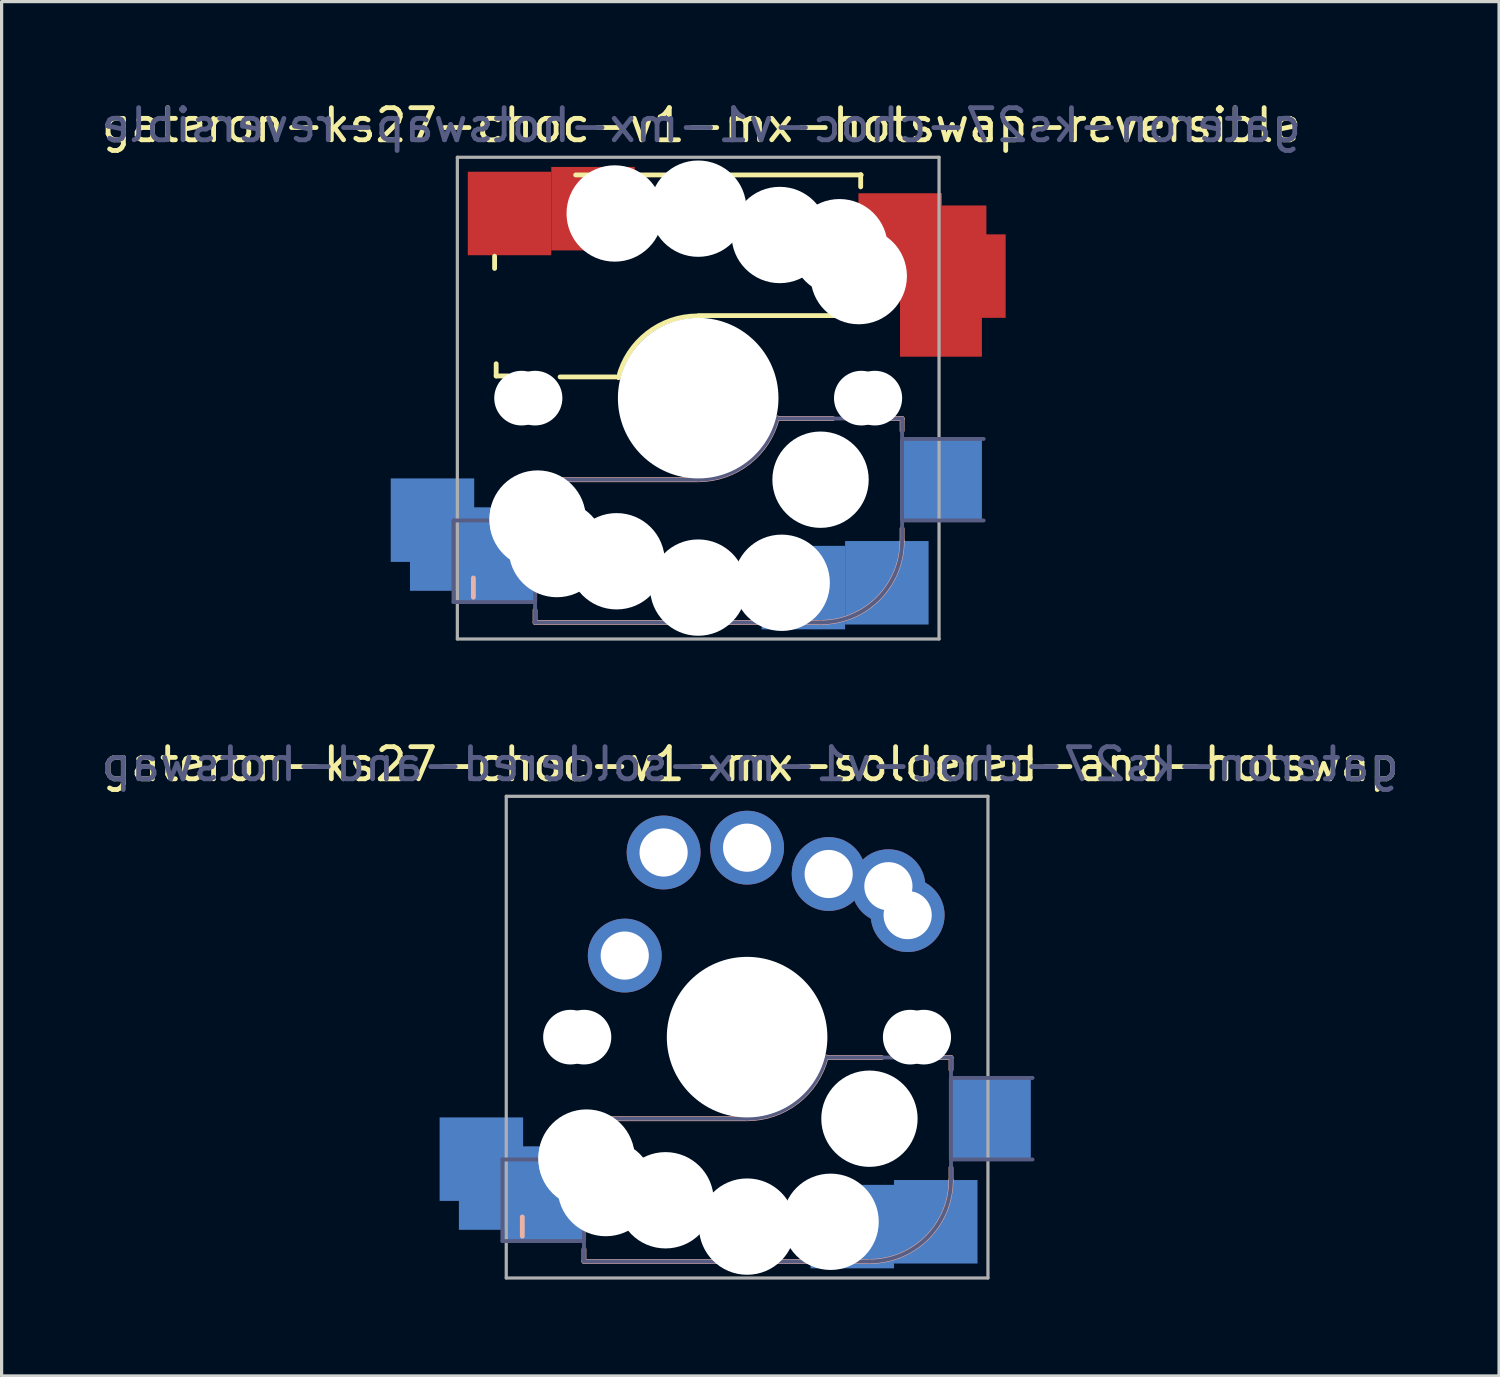
<source format=kicad_pcb>
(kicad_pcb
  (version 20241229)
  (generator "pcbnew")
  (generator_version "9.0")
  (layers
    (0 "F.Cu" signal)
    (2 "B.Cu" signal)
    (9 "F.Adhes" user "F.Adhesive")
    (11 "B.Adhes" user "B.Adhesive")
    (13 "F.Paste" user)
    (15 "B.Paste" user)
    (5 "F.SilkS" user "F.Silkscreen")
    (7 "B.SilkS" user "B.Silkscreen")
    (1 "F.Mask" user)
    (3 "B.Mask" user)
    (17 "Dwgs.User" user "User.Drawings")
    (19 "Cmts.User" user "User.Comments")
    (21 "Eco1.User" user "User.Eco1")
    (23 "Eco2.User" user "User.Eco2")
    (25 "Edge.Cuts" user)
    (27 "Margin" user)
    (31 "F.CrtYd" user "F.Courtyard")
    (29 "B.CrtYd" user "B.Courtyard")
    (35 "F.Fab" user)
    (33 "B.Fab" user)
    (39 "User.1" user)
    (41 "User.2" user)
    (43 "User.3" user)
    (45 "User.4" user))
  (footprint "gateron-ks27-choc-v1-mx-soldered-and-hotswap"
    (layer "F.Cu")
    (at 20.215 29.247)
    (property "Reference" "gateron-ks27-choc-v1-mx-soldered-and-hotswap" (at 0.1 -8.5 0) (unlocked yes) (layer "F.SilkS") (effects (font (size 1 1) (thickness 0.15))))
    (attr through_hole)
    (fp_line (start -7 5.6) (end -7 6.2) (stroke (width 0.15) (type solid)) (layer "B.SilkS"))
    (fp_line (start -5.08 2.54) (end 0 2.54) (stroke (width 0.15) (type solid)) (layer "B.SilkS"))
    (fp_line (start -5.08 3.556) (end -5.08 2.54) (stroke (width 0.15) (type solid)) (layer "B.SilkS"))
    (fp_line (start -5.08 6.985) (end -5.08 6.604) (stroke (width 0.15) (type solid)) (layer "B.SilkS"))
    (fp_line (start 2.464 0.635) (end 4.191 0.635) (stroke (width 0.15) (type solid)) (layer "B.SilkS"))
    (fp_line (start 3.81 6.985) (end -5.08 6.985) (stroke (width 0.15) (type solid)) (layer "B.SilkS"))
    (fp_line (start 5.969 0.635) (end 6.35 0.635) (stroke (width 0.15) (type solid)) (layer "B.SilkS"))
    (fp_line (start 6.35 1.016) (end 6.35 0.635) (stroke (width 0.15) (type solid)) (layer "B.SilkS"))
    (fp_line (start 6.35 4.445) (end 6.35 4.064) (stroke (width 0.15) (type solid)) (layer "B.SilkS"))
    (fp_arc (start 2.464162 0.61604) (mid 1.563147 2.002042) (end 0 2.54) (stroke (width 0.15) (type solid)) (layer "B.SilkS"))
    (fp_arc (start 6.35 4.445) (mid 5.606051 6.241051) (end 3.81 6.985) (stroke (width 0.15) (type solid)) (layer "B.SilkS"))
    (fp_line (start -7 -7) (end -7 7) (stroke (width 0.12) (type solid)) (layer "Eco2.User"))
    (fp_line (start -7 7) (end 7 7) (stroke (width 0.12) (type solid)) (layer "Eco2.User"))
    (fp_line (start 7 -7) (end -7 -7) (stroke (width 0.12) (type solid)) (layer "Eco2.User"))
    (fp_line (start 7 7) (end 7 -7) (stroke (width 0.12) (type solid)) (layer "Eco2.User"))
    (fp_line (start -7.62 3.81) (end -5.08 3.81) (stroke (width 0.12) (type solid)) (layer "B.Fab"))
    (fp_line (start -7.62 6.35) (end -7.62 3.81) (stroke (width 0.12) (type solid)) (layer "B.Fab"))
    (fp_line (start -5.08 2.54) (end 0 2.54) (stroke (width 0.12) (type solid)) (layer "B.Fab"))
    (fp_line (start -5.08 6.35) (end -7.62 6.35) (stroke (width 0.12) (type solid)) (layer "B.Fab"))
    (fp_line (start -5.08 6.985) (end -5.08 2.54) (stroke (width 0.12) (type solid)) (layer "B.Fab"))
    (fp_line (start 3.81 6.985) (end -5.08 6.985) (stroke (width 0.12) (type solid)) (layer "B.Fab"))
    (fp_line (start 6.35 0.635) (end 2.54 0.635) (stroke (width 0.12) (type solid)) (layer "B.Fab"))
    (fp_line (start 6.35 0.635) (end 6.35 4.445) (stroke (width 0.12) (type solid)) (layer "B.Fab"))
    (fp_line (start 6.35 1.27) (end 8.89 1.27) (stroke (width 0.12) (type solid)) (layer "B.Fab"))
    (fp_line (start 8.89 3.81) (end 6.35 3.81) (stroke (width 0.12) (type solid)) (layer "B.Fab"))
    (fp_arc (start 2.464162 0.61604) (mid 1.563147 2.002042) (end 0 2.54) (stroke (width 0.12) (type solid)) (layer "B.Fab"))
    (fp_arc (start 6.35 4.445) (mid 5.606051 6.241051) (end 3.81 6.985) (stroke (width 0.12) (type solid)) (layer "B.Fab"))
    (fp_line (start -7.5 -7.5) (end -7.5 7.5) (stroke (width 0.1) (type solid)) (layer "F.Fab"))
    (fp_line (start -7.5 7.5) (end 7.5 7.5) (stroke (width 0.1) (type solid)) (layer "F.Fab"))
    (fp_line (start 7.5 -7.5) (end -7.5 -7.5) (stroke (width 0.1) (type solid)) (layer "F.Fab"))
    (fp_line (start 7.5 7.5) (end 7.5 -7.5) (stroke (width 0.1) (type solid)) (layer "F.Fab"))
    (fp_text user "${REFERENCE}" (at 0.1 -8.5 0) (layer "B.Fab") (effects (font (size 1 1) (thickness 0.15)) (justify mirror)))
    (pad "" np_thru_hole circle (at -5.5 0) (size 1.702 1.702) (drill 1.702) (layers "*.Cu" "*.Mask"))
    (pad "" np_thru_hole circle (at -5.08 0 180) (size 1.702 1.702) (drill 1.702) (layers "*.Cu" "*.Mask"))
    (pad "" np_thru_hole circle (at -5 3.75) (size 3 3) (drill 3) (layers "*.Cu" "*.Mask"))
    (pad "" np_thru_hole circle (at -5 3.8) (size 3 3) (drill 3) (layers "*.Cu" "*.Mask"))
    (pad "" np_thru_hole circle (at -4.4 4.7) (size 3 3) (drill 3) (layers "*.Cu" "*.Mask"))
    (pad "" np_thru_hole circle (at -2.54 5.08 180) (size 3 3) (drill 3) (layers "*.Cu" "*.Mask"))
    (pad "" np_thru_hole circle (at 0 0 180) (size 3.988 3.988) (drill 3.988) (layers "*.Cu" "*.Mask"))
    (pad "" np_thru_hole circle (at 0 0) (size 5 5) (drill 5) (layers "*.Cu" "*.Mask"))
    (pad "" np_thru_hole circle (at 0 5.9) (size 3 3) (drill 3) (layers "*.Cu" "*.Mask"))
    (pad "" np_thru_hole circle (at 2.6 5.75) (size 3 3) (drill 3) (layers "*.Cu" "*.Mask"))
    (pad "" np_thru_hole circle (at 3.81 2.54 180) (size 3 3) (drill 3) (layers "*.Cu" "*.Mask"))
    (pad "" np_thru_hole circle (at 5.08 0 180) (size 1.702 1.702) (drill 1.702) (layers "*.Cu" "*.Mask"))
    (pad "" np_thru_hole circle (at 5.5 0) (size 1.702 1.702) (drill 1.702) (layers "*.Cu" "*.Mask"))
    (pad "1" smd rect (at -8.275 3.8) (size 2.6 2.6) (layers "B.Cu" "B.Mask" "B.Paste"))
    (pad "1" smd rect (at -7.675 4.7) (size 2.6 2.6) (layers "B.Cu" "B.Mask" "B.Paste"))
    (pad "1" smd rect (at -6.29 5.08 180) (size 2.55 2.5) (layers "B.Cu" "B.Mask" "B.Paste"))
    (pad "1" thru_hole circle (at 2.54 -5.08 180) (size 2.3 2.3) (drill 1.5) (layers "*.Cu" "*.Mask"))
    (pad "1" thru_hole circle (at 4.4 -4.7 180) (size 2.3 2.3) (drill 1.5) (layers "*.Cu" "*.Mask"))
    (pad "1" thru_hole circle (at 5 -3.8 180) (size 2.3 2.3) (drill 1.5) (layers "*.Cu" "*.Mask"))
    (pad "2" thru_hole circle (at -3.81 -2.54 180) (size 2.3 2.3) (drill 1.5) (layers "*.Cu" "*.Mask"))
    (pad "2" thru_hole circle (at -2.6 -5.75 180) (size 2.3 2.3) (drill 1.5) (layers "*.Cu" "*.Mask"))
    (pad "2" thru_hole circle (at 0 -5.9 180) (size 2.3 2.3) (drill 1.5) (layers "*.Cu" "*.Mask"))
    (pad "2" smd rect (at 3.275 5.9) (size 2.6 2.6) (layers "B.Cu" "B.Mask" "B.Paste"))
    (pad "2" smd rect (at 5.875 5.75) (size 2.6 2.6) (layers "B.Cu" "B.Mask" "B.Paste"))
    (pad "2" smd rect (at 7.56 2.54 180) (size 2.55 2.5) (layers "B.Cu" "B.Mask" "B.Paste")))
  (footprint "gateron-ks27-choc-v1-mx-hotswap-reversible"
    (layer "F.Cu")
    (at 18.692 9.348)
    (property "Reference" "gateron-ks27-choc-v1-mx-hotswap-reversible" (at 0.1 -8.5 0) (unlocked yes) (layer "F.SilkS") (effects (font (size 1 1) (thickness 0.15))))
    (attr through_hole)
    (fp_line (start -6.34 -4.039) (end -6.34 -4.42) (stroke (width 0.15) (type solid)) (layer "F.SilkS"))
    (fp_line (start -6.291 -1.071) (end -6.291 -0.69) (stroke (width 0.15) (type solid)) (layer "F.SilkS"))
    (fp_line (start -5.91 -0.69) (end -6.291 -0.69) (stroke (width 0.15) (type solid)) (layer "F.SilkS"))
    (fp_line (start -4.3 -0.66) (end -2.573 -0.66) (stroke (width 0.15) (type solid)) (layer "F.SilkS"))
    (fp_line (start 0.02 -2.57) (end 5.1 -2.57) (stroke (width 0.15) (type solid)) (layer "F.SilkS"))
    (fp_line (start 5.06 -6.579) (end 5.06 -6.96) (stroke (width 0.15) (type solid)) (layer "F.SilkS"))
    (fp_line (start 5.075 -6.95) (end -3.815 -6.95) (stroke (width 0.15) (type solid)) (layer "F.SilkS"))
    (fp_arc (start -2.484162 -0.63604) (mid -1.583147 -2.022042) (end -0.02 -2.56) (stroke (width 0.15) (type solid)) (layer "F.SilkS"))
    (fp_line (start -7 5.6) (end -7 6.2) (stroke (width 0.15) (type solid)) (layer "B.SilkS"))
    (fp_line (start -5.08 2.54) (end 0 2.54) (stroke (width 0.15) (type solid)) (layer "B.SilkS"))
    (fp_line (start -5.08 3.556) (end -5.08 2.54) (stroke (width 0.15) (type solid)) (layer "B.SilkS"))
    (fp_line (start -5.08 6.985) (end -5.08 6.604) (stroke (width 0.15) (type solid)) (layer "B.SilkS"))
    (fp_line (start 2.464 0.635) (end 4.191 0.635) (stroke (width 0.15) (type solid)) (layer "B.SilkS"))
    (fp_line (start 3.81 6.985) (end -5.08 6.985) (stroke (width 0.15) (type solid)) (layer "B.SilkS"))
    (fp_line (start 5.969 0.635) (end 6.35 0.635) (stroke (width 0.15) (type solid)) (layer "B.SilkS"))
    (fp_line (start 6.35 1.016) (end 6.35 0.635) (stroke (width 0.15) (type solid)) (layer "B.SilkS"))
    (fp_line (start 6.35 4.445) (end 6.35 4.064) (stroke (width 0.15) (type solid)) (layer "B.SilkS"))
    (fp_arc (start 2.464162 0.61604) (mid 1.563147 2.002042) (end 0 2.54) (stroke (width 0.15) (type solid)) (layer "B.SilkS"))
    (fp_arc (start 6.35 4.445) (mid 5.606051 6.241051) (end 3.81 6.985) (stroke (width 0.15) (type solid)) (layer "B.SilkS"))
    (fp_line (start -7 -7) (end -7 7) (stroke (width 0.12) (type solid)) (layer "Eco2.User"))
    (fp_line (start -7 7) (end 7 7) (stroke (width 0.12) (type solid)) (layer "Eco2.User"))
    (fp_line (start 7 -7) (end -7 -7) (stroke (width 0.12) (type solid)) (layer "Eco2.User"))
    (fp_line (start 7 7) (end 7 -7) (stroke (width 0.12) (type solid)) (layer "Eco2.User"))
    (fp_line (start -7.62 3.81) (end -5.08 3.81) (stroke (width 0.12) (type solid)) (layer "B.Fab"))
    (fp_line (start -7.62 6.35) (end -7.62 3.81) (stroke (width 0.12) (type solid)) (layer "B.Fab"))
    (fp_line (start -5.08 2.54) (end 0 2.54) (stroke (width 0.12) (type solid)) (layer "B.Fab"))
    (fp_line (start -5.08 6.35) (end -7.62 6.35) (stroke (width 0.12) (type solid)) (layer "B.Fab"))
    (fp_line (start -5.08 6.985) (end -5.08 2.54) (stroke (width 0.12) (type solid)) (layer "B.Fab"))
    (fp_line (start 3.81 6.985) (end -5.08 6.985) (stroke (width 0.12) (type solid)) (layer "B.Fab"))
    (fp_line (start 6.35 0.635) (end 2.54 0.635) (stroke (width 0.12) (type solid)) (layer "B.Fab"))
    (fp_line (start 6.35 0.635) (end 6.35 4.445) (stroke (width 0.12) (type solid)) (layer "B.Fab"))
    (fp_line (start 6.35 1.27) (end 8.89 1.27) (stroke (width 0.12) (type solid)) (layer "B.Fab"))
    (fp_line (start 8.89 3.81) (end 6.35 3.81) (stroke (width 0.12) (type solid)) (layer "B.Fab"))
    (fp_arc (start 2.464162 0.61604) (mid 1.563147 2.002042) (end 0 2.54) (stroke (width 0.12) (type solid)) (layer "B.Fab"))
    (fp_arc (start 6.35 4.445) (mid 5.606051 6.241051) (end 3.81 6.985) (stroke (width 0.12) (type solid)) (layer "B.Fab"))
    (fp_line (start -7.5 -7.5) (end -7.5 7.5) (stroke (width 0.1) (type solid)) (layer "F.Fab"))
    (fp_line (start -7.5 7.5) (end 7.5 7.5) (stroke (width 0.1) (type solid)) (layer "F.Fab"))
    (fp_line (start 7.5 -7.5) (end -7.5 -7.5) (stroke (width 0.1) (type solid)) (layer "F.Fab"))
    (fp_line (start 7.5 7.5) (end 7.5 -7.5) (stroke (width 0.1) (type solid)) (layer "F.Fab"))
    (fp_text user "${REFERENCE}" (at 0.1 -8.5 0) (layer "B.Fab") (effects (font (size 1 1) (thickness 0.15)) (justify mirror)))
    (pad "" np_thru_hole circle (at -5.5 0) (size 1.702 1.702) (drill 1.702) (layers "*.Cu" "*.Mask"))
    (pad "" np_thru_hole circle (at -5.08 0 180) (size 1.702 1.702) (drill 1.702) (layers "*.Cu" "*.Mask"))
    (pad "" np_thru_hole circle (at -5 3.75) (size 3 3) (drill 3) (layers "*.Cu" "*.Mask"))
    (pad "" np_thru_hole circle (at -5 3.8) (size 3 3) (drill 3) (layers "*.Cu" "*.Mask"))
    (pad "" np_thru_hole circle (at -4.4 4.7) (size 3 3) (drill 3) (layers "*.Cu" "*.Mask"))
    (pad "" np_thru_hole circle (at -2.6 -5.75) (size 3 3) (drill 3) (layers "*.Cu" "*.Mask"))
    (pad "" np_thru_hole circle (at -2.54 5.08 180) (size 3 3) (drill 3) (layers "*.Cu" "*.Mask"))
    (pad "" np_thru_hole circle (at 0 -5.9) (size 3 3) (drill 3) (layers "*.Cu" "*.Mask"))
    (pad "" np_thru_hole circle (at 0 0 180) (size 3.988 3.988) (drill 3.988) (layers "*.Cu" "*.Mask"))
    (pad "" np_thru_hole circle (at 0 0) (size 5 5) (drill 5) (layers "*.Cu" "*.Mask"))
    (pad "" np_thru_hole circle (at 0 5.9) (size 3 3) (drill 3) (layers "*.Cu" "*.Mask"))
    (pad "" np_thru_hole circle (at 2.54 -5.08 180) (size 3 3) (drill 3) (layers "*.Cu" "*.Mask"))
    (pad "" np_thru_hole circle (at 2.6 5.75) (size 3 3) (drill 3) (layers "*.Cu" "*.Mask"))
    (pad "" np_thru_hole circle (at 3.81 2.54 180) (size 3 3) (drill 3) (layers "*.Cu" "*.Mask"))
    (pad "" np_thru_hole circle (at 4.4 -4.7) (size 3 3) (drill 3) (layers "*.Cu" "*.Mask"))
    (pad "" np_thru_hole circle (at 5 -3.8) (size 3 3) (drill 3) (layers "*.Cu" "*.Mask"))
    (pad "" np_thru_hole circle (at 5.08 0 180) (size 1.702 1.702) (drill 1.702) (layers "*.Cu" "*.Mask"))
    (pad "" np_thru_hole circle (at 5.22 -4.2) (size 0.991 0.991) (drill 0.991) (layers "*.Cu" "*.Mask"))
    (pad "" np_thru_hole circle (at 5.5 0) (size 1.702 1.702) (drill 1.702) (layers "*.Cu" "*.Mask"))
    (pad "1" smd rect (at -8.275 3.8) (size 2.6 2.6) (layers "B.Cu" "B.Mask" "B.Paste"))
    (pad "1" smd rect (at -7.675 4.7) (size 2.6 2.6) (layers "B.Cu" "B.Mask" "B.Paste"))
    (pad "1" smd rect (at -6.29 5.08 180) (size 2.55 2.5) (layers "B.Cu" "B.Mask" "B.Paste"))
    (pad "1" smd rect (at 6.29 -5.08) (size 2.6 2.6) (layers "F.Cu" "F.Mask" "F.Paste"))
    (pad "1" smd rect (at 7.675 -4.7) (size 2.6 2.6) (layers "F.Cu" "F.Mask" "F.Paste"))
    (pad "1" smd rect (at 8.275 -3.8) (size 2.6 2.6) (layers "F.Cu" "F.Mask" "F.Paste"))
    (pad "2" smd rect (at -5.875 -5.75) (size 2.6 2.6) (layers "F.Cu" "F.Mask" "F.Paste"))
    (pad "2" smd rect (at -3.275 -5.9) (size 2.6 2.6) (layers "F.Cu" "F.Mask" "F.Paste"))
    (pad "2" smd rect (at 3.275 5.9) (size 2.6 2.6) (layers "B.Cu" "B.Mask" "B.Paste"))
    (pad "2" smd rect (at 5.875 5.75) (size 2.6 2.6) (layers "B.Cu" "B.Mask" "B.Paste"))
    (pad "2" smd rect (at 7.56 -2.54 180) (size 2.55 2.5) (layers "F.Cu" "F.Mask" "F.Paste"))
    (pad "2" smd rect (at 7.56 2.54 180) (size 2.55 2.5) (layers "B.Cu" "B.Mask" "B.Paste")))
  (gr_rect
    (start -3 -3)
    (end 43.631 39.797)
    (stroke (width 0.1) (type default))
    (fill no)
    (layer "Edge.Cuts")))
</source>
